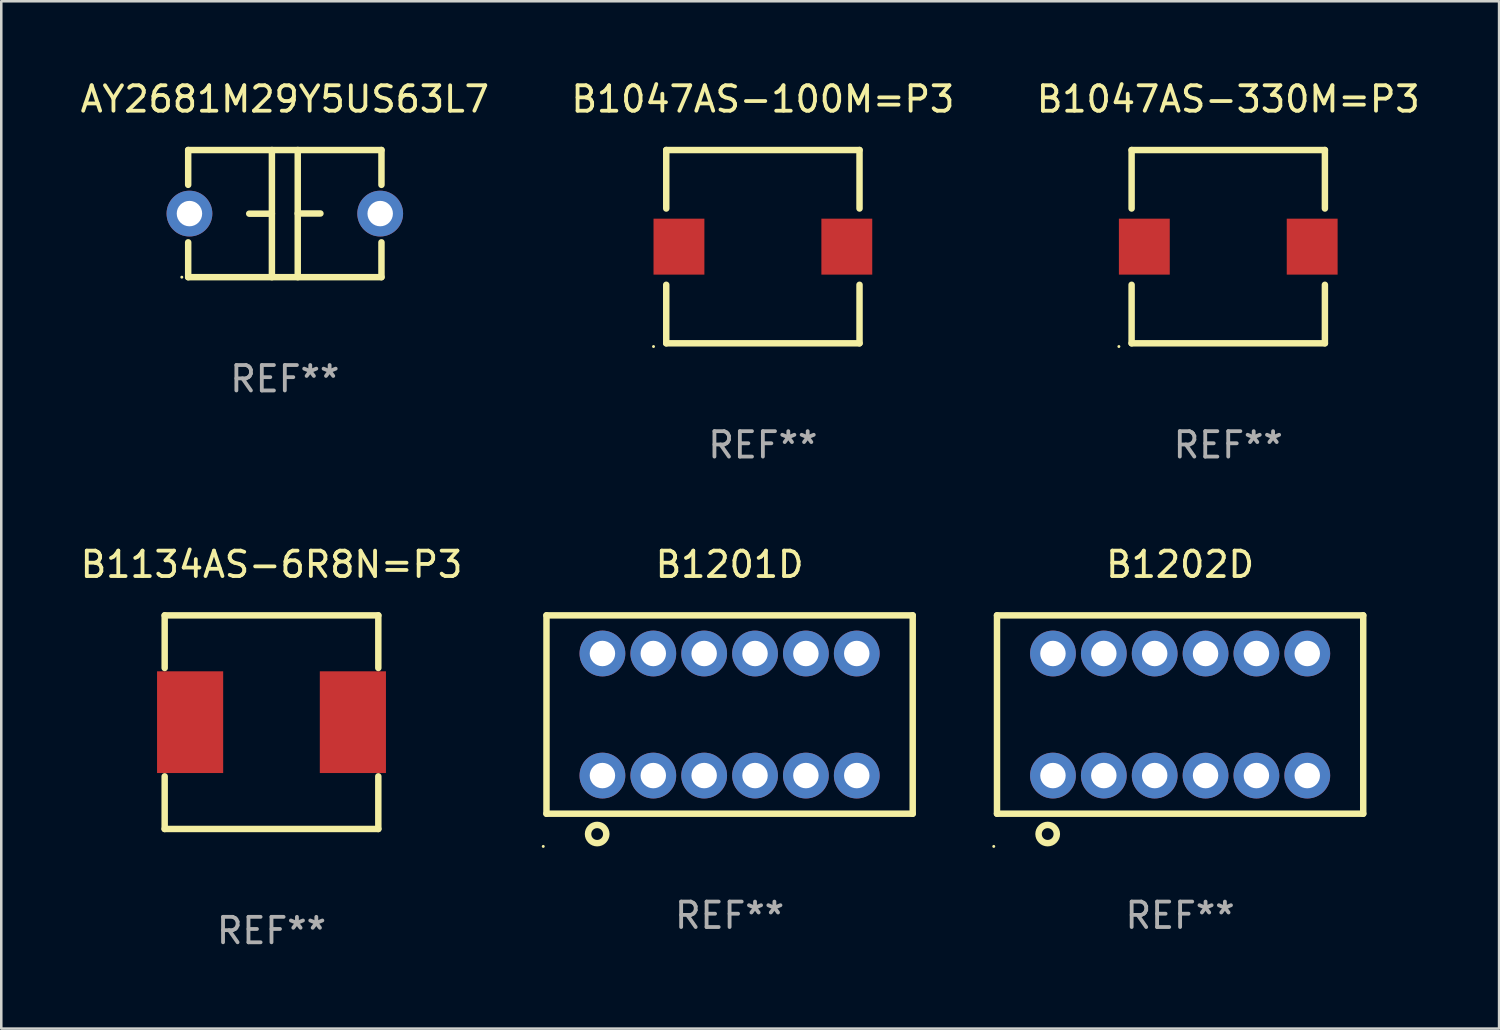
<source format=kicad_pcb>
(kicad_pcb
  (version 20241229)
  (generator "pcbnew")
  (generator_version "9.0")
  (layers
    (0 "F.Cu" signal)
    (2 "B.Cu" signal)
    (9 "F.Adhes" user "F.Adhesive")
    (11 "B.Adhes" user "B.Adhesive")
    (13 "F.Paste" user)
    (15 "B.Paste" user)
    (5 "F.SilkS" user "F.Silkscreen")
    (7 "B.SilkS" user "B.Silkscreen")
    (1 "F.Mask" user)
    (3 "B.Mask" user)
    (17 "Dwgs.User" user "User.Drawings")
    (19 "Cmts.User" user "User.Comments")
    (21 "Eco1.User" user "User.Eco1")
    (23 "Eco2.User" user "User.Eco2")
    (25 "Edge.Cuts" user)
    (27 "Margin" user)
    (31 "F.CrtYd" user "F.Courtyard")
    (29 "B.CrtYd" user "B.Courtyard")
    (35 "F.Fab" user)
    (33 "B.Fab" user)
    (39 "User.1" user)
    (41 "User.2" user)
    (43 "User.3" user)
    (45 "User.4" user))
  (footprint "B1047AS-330M=P3"
    (layer "F.Cu")
    (at 45.244 6.648)
    (property "Reference" "B1047AS-330M=P3" (at 0 -5.8 0) (layer "F.SilkS") (effects (font (size 1 1) (thickness 0.15))))
    (attr through_hole)
    (fp_line (start -3.8 -3.8) (end 3.8 -3.8) (stroke (width 0.254) (type solid)) (layer "F.SilkS"))
    (fp_line (start -3.8 -1.5) (end -3.8 -3.8) (stroke (width 0.254) (type solid)) (layer "F.SilkS"))
    (fp_line (start -3.8 3.8) (end -3.8 1.5) (stroke (width 0.254) (type solid)) (layer "F.SilkS"))
    (fp_line (start 3.8 -3.8) (end 3.8 -1.5) (stroke (width 0.254) (type solid)) (layer "F.SilkS"))
    (fp_line (start 3.8 1.5) (end 3.8 3.8) (stroke (width 0.254) (type solid)) (layer "F.SilkS"))
    (fp_line (start 3.8 3.8) (end -3.8 3.8) (stroke (width 0.254) (type solid)) (layer "F.SilkS"))
    (fp_circle (center -4.3 3.927) (end -4.27 3.927) (stroke (width 0.06) (type solid)) (fill no) (layer "F.SilkS"))
    (fp_text user "REF**" (at 0 7.8 0) (layer "F.Fab") (effects (font (size 1 1) (thickness 0.15))))
    (pad "1" smd rect (at -3.3 0) (size 2 2.2) (layers "F.Cu" "F.Mask" "F.Paste"))
    (pad "2" smd rect (at 3.3 0) (size 2 2.2) (layers "F.Cu" "F.Mask" "F.Paste")))
  (footprint "B1134AS-6R8N=P3"
    (layer "F.Cu")
    (at 7.625 25.345)
    (property "Reference" "B1134AS-6R8N=P3" (at 0 -6.2 0) (layer "F.SilkS") (effects (font (size 1 1) (thickness 0.15))))
    (attr through_hole)
    (fp_line (start -4.2 -4.2) (end -4.2 -2.131) (stroke (width 0.254) (type solid)) (layer "F.SilkS"))
    (fp_line (start -4.2 -4.2) (end 4.2 -4.2) (stroke (width 0.254) (type solid)) (layer "F.SilkS"))
    (fp_line (start -4.2 2.131) (end -4.2 4.2) (stroke (width 0.254) (type solid)) (layer "F.SilkS"))
    (fp_line (start -4.2 4.2) (end 4.2 4.2) (stroke (width 0.254) (type solid)) (layer "F.SilkS"))
    (fp_line (start 4.2 -4.2) (end 4.2 -2.131) (stroke (width 0.254) (type solid)) (layer "F.SilkS"))
    (fp_line (start 4.2 2.131) (end 4.2 4.2) (stroke (width 0.254) (type solid)) (layer "F.SilkS"))
    (fp_circle (center -4.2 4.15) (end -4.17 4.15) (stroke (width 0.06) (type solid)) (fill no) (layer "F.SilkS"))
    (fp_text user "REF**" (at 0 8.2 0) (layer "F.Fab") (effects (font (size 1 1) (thickness 0.15))))
    (pad "1" smd rect (at -3.2 0) (size 2.6 4) (layers "F.Cu" "F.Mask" "F.Paste"))
    (pad "2" smd rect (at 3.2 0) (size 2.6 4) (layers "F.Cu" "F.Mask" "F.Paste")))
  (footprint "AY2681M29Y5US63L7"
    (layer "F.Cu")
    (at 8.149 5.348)
    (property "Reference" "AY2681M29Y5US63L7" (at 0 -4.5 0) (layer "F.SilkS") (effects (font (size 1 1) (thickness 0.15))))
    (attr through_hole)
    (fp_line (start -3.8 -2.5) (end -3.8 -1.13) (stroke (width 0.254) (type solid)) (layer "F.SilkS"))
    (fp_line (start -3.8 -2.5) (end 3.8 -2.5) (stroke (width 0.254) (type solid)) (layer "F.SilkS"))
    (fp_line (start -3.8 1.13) (end -3.8 2.5) (stroke (width 0.254) (type solid)) (layer "F.SilkS"))
    (fp_line (start -3.8 2.5) (end 3.8 2.5) (stroke (width 0.254) (type solid)) (layer "F.SilkS"))
    (fp_line (start -0.508 0.004) (end -1.4 0.004) (stroke (width 0.254) (type solid)) (layer "F.SilkS"))
    (fp_line (start -0.508 2.5) (end -0.508 -2.5) (stroke (width 0.254) (type solid)) (layer "F.SilkS"))
    (fp_line (start 0.508 -2.5) (end 0.508 2.5) (stroke (width 0.254) (type solid)) (layer "F.SilkS"))
    (fp_line (start 0.508 -0.004) (end 1.4 -0.004) (stroke (width 0.254) (type solid)) (layer "F.SilkS"))
    (fp_line (start 3.8 -2.5) (end 3.8 -1.13) (stroke (width 0.254) (type solid)) (layer "F.SilkS"))
    (fp_line (start 3.8 1.13) (end 3.8 2.5) (stroke (width 0.254) (type solid)) (layer "F.SilkS"))
    (fp_circle (center -4.05 2.5) (end -4.02 2.5) (stroke (width 0.06) (type solid)) (fill no) (layer "F.SilkS"))
    (fp_text user "REF**" (at 0 6.5 0) (layer "F.Fab") (effects (font (size 1 1) (thickness 0.15))))
    (pad "1" thru_hole circle (at -3.75 0.000127) (size 1.8 1.8) (drill 1) (layers "*.Cu" "*.Mask"))
    (pad "2" thru_hole circle (at 3.75 0.000127) (size 1.8 1.8) (drill 1) (layers "*.Cu" "*.Mask")))
  (footprint "B1047AS-100M=P3"
    (layer "F.Cu")
    (at 26.946 6.648)
    (property "Reference" "B1047AS-100M=P3" (at 0 -5.8 0) (layer "F.SilkS") (effects (font (size 1 1) (thickness 0.15))))
    (attr through_hole)
    (fp_line (start -3.8 -3.8) (end 3.8 -3.8) (stroke (width 0.254) (type solid)) (layer "F.SilkS"))
    (fp_line (start -3.8 -1.5) (end -3.8 -3.8) (stroke (width 0.254) (type solid)) (layer "F.SilkS"))
    (fp_line (start -3.8 3.8) (end -3.8 1.5) (stroke (width 0.254) (type solid)) (layer "F.SilkS"))
    (fp_line (start 3.8 -3.8) (end 3.8 -1.5) (stroke (width 0.254) (type solid)) (layer "F.SilkS"))
    (fp_line (start 3.8 1.5) (end 3.8 3.8) (stroke (width 0.254) (type solid)) (layer "F.SilkS"))
    (fp_line (start 3.8 3.8) (end -3.8 3.8) (stroke (width 0.254) (type solid)) (layer "F.SilkS"))
    (fp_circle (center -4.3 3.927) (end -4.27 3.927) (stroke (width 0.06) (type solid)) (fill no) (layer "F.SilkS"))
    (fp_text user "REF**" (at 0 7.8 0) (layer "F.Fab") (effects (font (size 1 1) (thickness 0.15))))
    (pad "1" smd rect (at -3.3 0) (size 2 2.2) (layers "F.Cu" "F.Mask" "F.Paste"))
    (pad "2" smd rect (at 3.3 0) (size 2 2.2) (layers "F.Cu" "F.Mask" "F.Paste")))
  (footprint "B1201D"
    (layer "F.Cu")
    (at 25.637 25.045)
    (property "Reference" "B1201D" (at 0 -5.9 0) (layer "F.SilkS") (effects (font (size 1 1) (thickness 0.15))))
    (attr through_hole)
    (fp_line (start -7.2 -3.9) (end -7.2 3.9) (stroke (width 0.254) (type solid)) (layer "F.SilkS"))
    (fp_line (start -7.2 -3.9) (end 7.2 -3.9) (stroke (width 0.254) (type solid)) (layer "F.SilkS"))
    (fp_line (start -7.2 3.9) (end 7.2 3.9) (stroke (width 0.254) (type solid)) (layer "F.SilkS"))
    (fp_line (start 7.2 -3.9) (end 7.2 3.9) (stroke (width 0.254) (type solid)) (layer "F.SilkS"))
    (fp_circle (center -7.327 5.185) (end -7.297 5.185) (stroke (width 0.06) (type solid)) (fill no) (layer "F.SilkS"))
    (fp_circle (center -5.207 4.699) (end -4.848 4.699) (stroke (width 0.254) (type solid)) (fill no) (layer "F.SilkS"))
    (fp_text user "REF**" (at 0 7.9 0) (layer "F.Fab") (effects (font (size 1 1) (thickness 0.15))))
    (pad "1" thru_hole circle (at -5 2.4) (size 1.8 1.8) (drill 1) (layers "*.Cu" "*.Mask"))
    (pad "2" thru_hole circle (at -3 2.4) (size 1.8 1.8) (drill 1) (layers "*.Cu" "*.Mask"))
    (pad "3" thru_hole circle (at -1 2.4) (size 1.8 1.8) (drill 1) (layers "*.Cu" "*.Mask"))
    (pad "4" thru_hole circle (at 1 2.4) (size 1.8 1.8) (drill 1) (layers "*.Cu" "*.Mask"))
    (pad "5" thru_hole circle (at 3 2.4) (size 1.8 1.8) (drill 1) (layers "*.Cu" "*.Mask"))
    (pad "6" thru_hole circle (at 5 2.4) (size 1.8 1.8) (drill 1) (layers "*.Cu" "*.Mask"))
    (pad "7" thru_hole circle (at 5 -2.4) (size 1.8 1.8) (drill 1) (layers "*.Cu" "*.Mask"))
    (pad "8" thru_hole circle (at 3 -2.4) (size 1.8 1.8) (drill 1) (layers "*.Cu" "*.Mask"))
    (pad "9" thru_hole circle (at 1 -2.4) (size 1.8 1.8) (drill 1) (layers "*.Cu" "*.Mask"))
    (pad "10" thru_hole circle (at -1 -2.4) (size 1.8 1.8) (drill 1) (layers "*.Cu" "*.Mask"))
    (pad "11" thru_hole circle (at -3 -2.4) (size 1.8 1.8) (drill 1) (layers "*.Cu" "*.Mask"))
    (pad "12" thru_hole circle (at -5 -2.4) (size 1.8 1.8) (drill 1) (layers "*.Cu" "*.Mask")))
  (footprint "B1202D"
    (layer "F.Cu")
    (at 43.351 25.045)
    (property "Reference" "B1202D" (at 0 -5.9 0) (layer "F.SilkS") (effects (font (size 1 1) (thickness 0.15))))
    (attr through_hole)
    (fp_line (start -7.2 -3.9) (end -7.2 3.9) (stroke (width 0.254) (type solid)) (layer "F.SilkS"))
    (fp_line (start -7.2 -3.9) (end 7.2 -3.9) (stroke (width 0.254) (type solid)) (layer "F.SilkS"))
    (fp_line (start -7.2 3.9) (end 7.2 3.9) (stroke (width 0.254) (type solid)) (layer "F.SilkS"))
    (fp_line (start 7.2 -3.9) (end 7.2 3.9) (stroke (width 0.254) (type solid)) (layer "F.SilkS"))
    (fp_circle (center -7.327 5.185) (end -7.297 5.185) (stroke (width 0.06) (type solid)) (fill no) (layer "F.SilkS"))
    (fp_circle (center -5.207 4.699) (end -4.848 4.699) (stroke (width 0.254) (type solid)) (fill no) (layer "F.SilkS"))
    (fp_text user "REF**" (at 0 7.9 0) (layer "F.Fab") (effects (font (size 1 1) (thickness 0.15))))
    (pad "1" thru_hole circle (at -5 2.4) (size 1.8 1.8) (drill 1) (layers "*.Cu" "*.Mask"))
    (pad "2" thru_hole circle (at -3 2.4) (size 1.8 1.8) (drill 1) (layers "*.Cu" "*.Mask"))
    (pad "3" thru_hole circle (at -1 2.4) (size 1.8 1.8) (drill 1) (layers "*.Cu" "*.Mask"))
    (pad "4" thru_hole circle (at 1 2.4) (size 1.8 1.8) (drill 1) (layers "*.Cu" "*.Mask"))
    (pad "5" thru_hole circle (at 3 2.4) (size 1.8 1.8) (drill 1) (layers "*.Cu" "*.Mask"))
    (pad "6" thru_hole circle (at 5 2.4) (size 1.8 1.8) (drill 1) (layers "*.Cu" "*.Mask"))
    (pad "7" thru_hole circle (at 5 -2.4) (size 1.8 1.8) (drill 1) (layers "*.Cu" "*.Mask"))
    (pad "8" thru_hole circle (at 3 -2.4) (size 1.8 1.8) (drill 1) (layers "*.Cu" "*.Mask"))
    (pad "9" thru_hole circle (at 1 -2.4) (size 1.8 1.8) (drill 1) (layers "*.Cu" "*.Mask"))
    (pad "10" thru_hole circle (at -1 -2.4) (size 1.8 1.8) (drill 1) (layers "*.Cu" "*.Mask"))
    (pad "11" thru_hole circle (at -3 -2.4) (size 1.8 1.8) (drill 1) (layers "*.Cu" "*.Mask"))
    (pad "12" thru_hole circle (at -5 -2.4) (size 1.8 1.8) (drill 1) (layers "*.Cu" "*.Mask")))
  (gr_rect
    (start -3 -3)
    (end 55.893 37.393)
    (stroke (width 0.1) (type default))
    (fill no)
    (layer "Edge.Cuts")))
</source>
